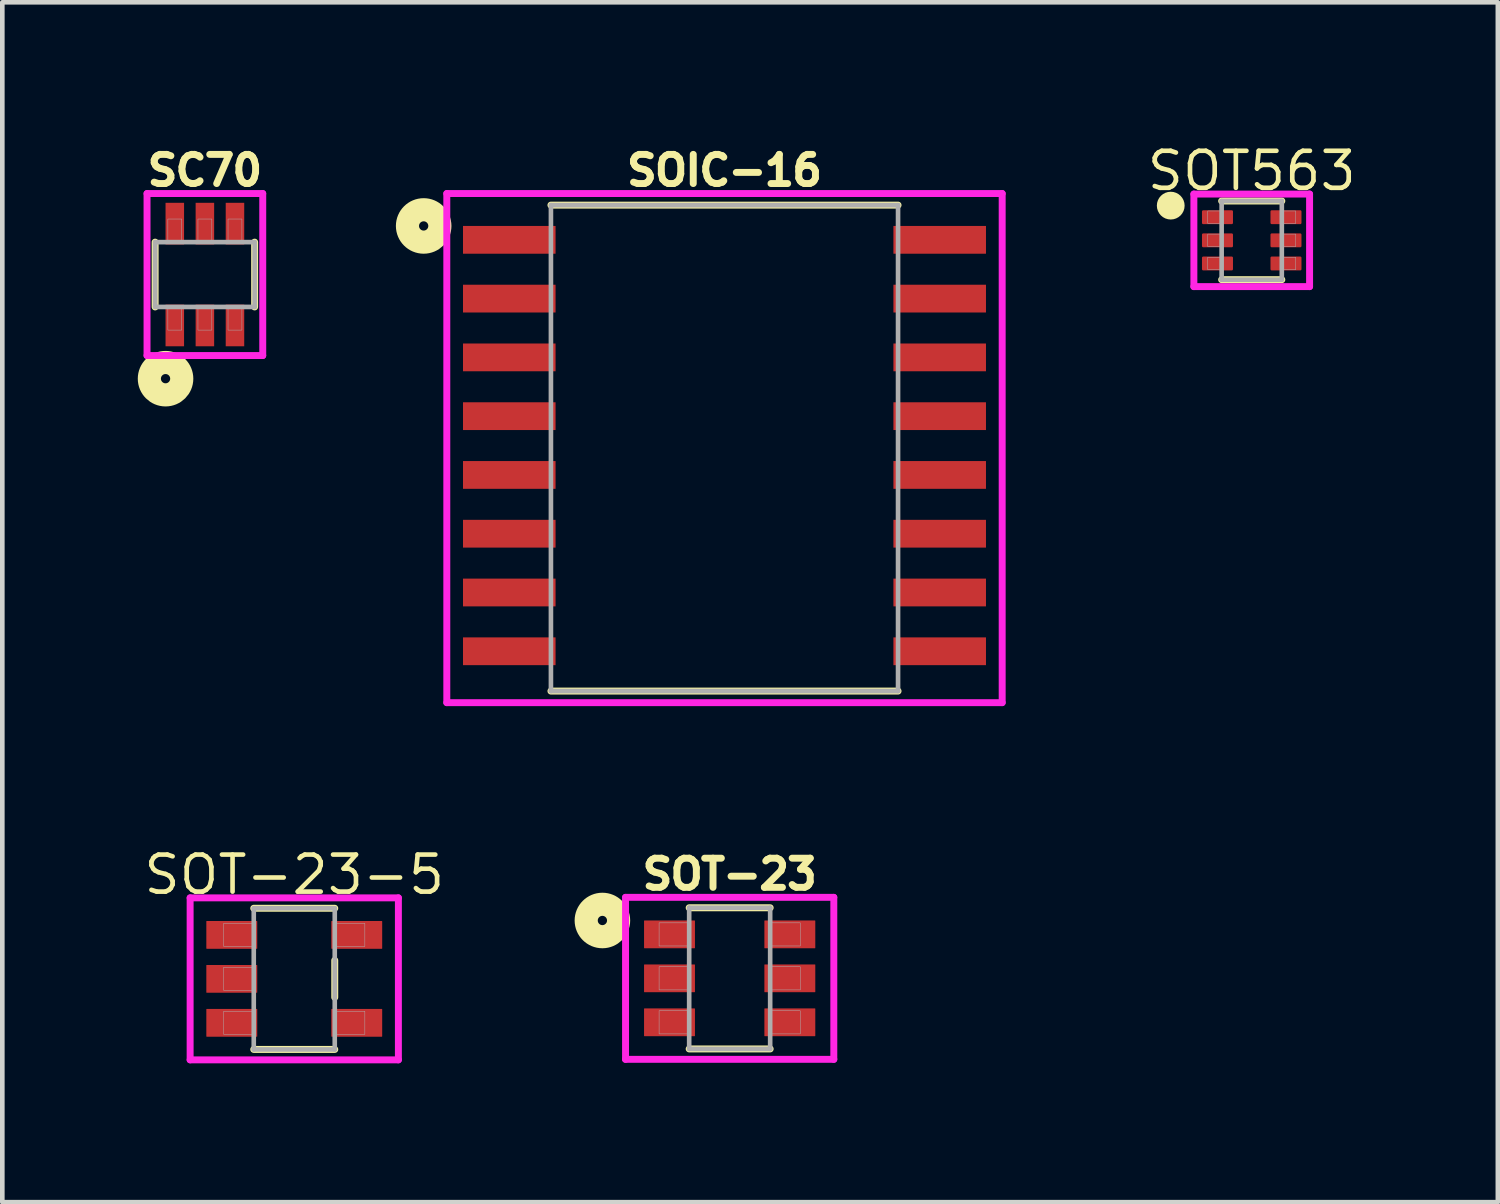
<source format=kicad_pcb>
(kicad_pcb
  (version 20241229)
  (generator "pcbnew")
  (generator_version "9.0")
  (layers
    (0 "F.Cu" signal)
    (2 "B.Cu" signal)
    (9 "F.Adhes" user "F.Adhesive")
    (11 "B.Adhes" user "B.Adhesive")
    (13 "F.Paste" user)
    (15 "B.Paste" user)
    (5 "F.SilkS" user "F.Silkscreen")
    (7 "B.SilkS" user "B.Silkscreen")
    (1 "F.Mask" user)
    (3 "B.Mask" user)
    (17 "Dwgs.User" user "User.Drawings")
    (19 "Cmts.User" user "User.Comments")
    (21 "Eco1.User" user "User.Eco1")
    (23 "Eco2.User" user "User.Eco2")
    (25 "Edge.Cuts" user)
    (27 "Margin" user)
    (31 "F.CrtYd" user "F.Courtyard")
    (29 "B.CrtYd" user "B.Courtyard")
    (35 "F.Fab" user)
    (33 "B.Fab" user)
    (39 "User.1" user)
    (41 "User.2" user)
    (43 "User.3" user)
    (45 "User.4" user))
  (footprint "SC70"
    (layer "F.Cu")
    (at 1.377 2.882)
    (property "Reference" "SC70" (at 0 -2.25 0) (layer "F.SilkS") (effects (font (size 0.63 0.63) (thickness 0.15))))
    (attr smd)
    (fp_line (start -1.075 -0.7) (end -1.075 0.7) (stroke (width 0.15) (type solid)) (layer "F.SilkS"))
    (fp_line (start 1.075 -0.7) (end 1.075 0.7) (stroke (width 0.15) (type solid)) (layer "F.SilkS"))
    (fp_circle (center -0.85 2.25) (end -0.75 2.25) (stroke (width 0.5) (type solid)) (fill no) (layer "F.SilkS"))
    (fp_line (start -1.25 -1.75) (end 1.25 -1.75) (stroke (width 0.15) (type solid)) (layer "F.CrtYd"))
    (fp_line (start -1.25 1.75) (end -1.25 -1.75) (stroke (width 0.15) (type solid)) (layer "F.CrtYd"))
    (fp_line (start 1.25 -1.75) (end 1.25 1.75) (stroke (width 0.15) (type solid)) (layer "F.CrtYd"))
    (fp_line (start 1.25 1.75) (end -1.25 1.75) (stroke (width 0.15) (type solid)) (layer "F.CrtYd"))
    (fp_line (start -1.075 -0.7) (end -1.075 0.7) (stroke (width 0.1) (type solid)) (layer "F.Fab"))
    (fp_line (start -1.075 0.7) (end 1.075 0.7) (stroke (width 0.1) (type solid)) (layer "F.Fab"))
    (fp_line (start 1.075 -0.7) (end -1.075 -0.7) (stroke (width 0.1) (type solid)) (layer "F.Fab"))
    (fp_line (start 1.075 0.7) (end 1.075 -0.7) (stroke (width 0.1) (type solid)) (layer "F.Fab"))
    (fp_poly (pts (xy -0.8 -1.2) (xy -0.5 -1.2) (xy -0.5 -0.74) (xy -0.8 -0.74)) (stroke (width 0.01) (type solid)) (fill no) (layer "F.Fab"))
    (fp_poly (pts (xy -0.8 0.74) (xy -0.5 0.74) (xy -0.5 1.2) (xy -0.8 1.2)) (stroke (width 0.01) (type solid)) (fill no) (layer "F.Fab"))
    (fp_poly (pts (xy -0.15 -1.2) (xy 0.15 -1.2) (xy 0.15 -0.74) (xy -0.15 -0.74)) (stroke (width 0.01) (type solid)) (fill no) (layer "F.Fab"))
    (fp_poly (pts (xy -0.15 0.74) (xy 0.15 0.74) (xy 0.15 1.2) (xy -0.15 1.2)) (stroke (width 0.01) (type solid)) (fill no) (layer "F.Fab"))
    (fp_poly (pts (xy 0.5 -1.2) (xy 0.8 -1.2) (xy 0.8 -0.74) (xy 0.5 -0.74)) (stroke (width 0.01) (type solid)) (fill no) (layer "F.Fab"))
    (fp_poly (pts (xy 0.5 0.74) (xy 0.8 0.74) (xy 0.8 1.2) (xy 0.5 1.2)) (stroke (width 0.01) (type solid)) (fill no) (layer "F.Fab"))
    (pad "1" smd rect (at -0.65 1.1) (size 0.4 0.9) (layers "F.Cu" "F.Mask" "F.Paste"))
    (pad "2" smd rect (at 0 1.1) (size 0.4 0.9) (layers "F.Cu" "F.Mask" "F.Paste"))
    (pad "3" smd rect (at 0.65 1.1) (size 0.4 0.9) (layers "F.Cu" "F.Mask" "F.Paste"))
    (pad "4" smd rect (at 0.65 -1.1) (size 0.4 0.9) (layers "F.Cu" "F.Mask" "F.Paste"))
    (pad "5" smd rect (at 0 -1.1) (size 0.4 0.9) (layers "F.Cu" "F.Mask" "F.Paste"))
    (pad "6" smd rect (at -0.65 -1.1) (size 0.4 0.9) (layers "F.Cu" "F.Mask" "F.Paste")))
  (footprint "SOIC-16"
    (layer "F.Cu")
    (at 12.604 6.632)
    (property "Reference" "SOIC-16" (at 0 -6 0) (layer "F.SilkS") (effects (font (size 0.63 0.63) (thickness 0.15))))
    (attr smd)
    (fp_line (start -3.75 -5.25) (end 3.75 -5.25) (stroke (width 0.15) (type solid)) (layer "F.SilkS"))
    (fp_line (start -3.75 5.25) (end 3.75 5.25) (stroke (width 0.15) (type solid)) (layer "F.SilkS"))
    (fp_circle (center -6.5 -4.8) (end -6.4 -4.8) (stroke (width 0.5) (type solid)) (fill no) (layer "F.SilkS"))
    (fp_line (start -6 -5.5) (end 6 -5.5) (stroke (width 0.15) (type solid)) (layer "F.CrtYd"))
    (fp_line (start -6 5.5) (end -6 -5.5) (stroke (width 0.15) (type solid)) (layer "F.CrtYd"))
    (fp_line (start 6 -5.5) (end 6 5.5) (stroke (width 0.15) (type solid)) (layer "F.CrtYd"))
    (fp_line (start 6 5.5) (end -6 5.5) (stroke (width 0.15) (type solid)) (layer "F.CrtYd"))
    (fp_line (start -3.75 -5.25) (end -3.75 5.25) (stroke (width 0.1) (type solid)) (layer "F.Fab"))
    (fp_line (start -3.75 5.25) (end 3.75 5.25) (stroke (width 0.1) (type solid)) (layer "F.Fab"))
    (fp_line (start 3.75 -5.25) (end -3.75 -5.25) (stroke (width 0.1) (type solid)) (layer "F.Fab"))
    (fp_line (start 3.75 5.25) (end 3.75 -5.25) (stroke (width 0.1) (type solid)) (layer "F.Fab"))
    (pad "1" smd rect (at -4.65 -4.5) (size 2 0.6) (layers "F.Cu" "F.Mask" "F.Paste"))
    (pad "2" smd rect (at -4.65 -3.23) (size 2 0.6) (layers "F.Cu" "F.Mask" "F.Paste"))
    (pad "3" smd rect (at -4.65 -1.96) (size 2 0.6) (layers "F.Cu" "F.Mask" "F.Paste"))
    (pad "4" smd rect (at -4.65 -0.69) (size 2 0.6) (layers "F.Cu" "F.Mask" "F.Paste"))
    (pad "5" smd rect (at -4.65 0.58) (size 2 0.6) (layers "F.Cu" "F.Mask" "F.Paste"))
    (pad "6" smd rect (at -4.65 1.85) (size 2 0.6) (layers "F.Cu" "F.Mask" "F.Paste"))
    (pad "7" smd rect (at -4.65 3.12) (size 2 0.6) (layers "F.Cu" "F.Mask" "F.Paste"))
    (pad "8" smd rect (at -4.65 4.39) (size 2 0.6) (layers "F.Cu" "F.Mask" "F.Paste"))
    (pad "9" smd rect (at 4.65 4.39) (size 2 0.6) (layers "F.Cu" "F.Mask" "F.Paste"))
    (pad "10" smd rect (at 4.65 3.12) (size 2 0.6) (layers "F.Cu" "F.Mask" "F.Paste"))
    (pad "11" smd rect (at 4.65 1.85) (size 2 0.6) (layers "F.Cu" "F.Mask" "F.Paste"))
    (pad "12" smd rect (at 4.65 0.58) (size 2 0.6) (layers "F.Cu" "F.Mask" "F.Paste"))
    (pad "13" smd rect (at 4.65 -0.69) (size 2 0.6) (layers "F.Cu" "F.Mask" "F.Paste"))
    (pad "14" smd rect (at 4.65 -1.96) (size 2 0.6) (layers "F.Cu" "F.Mask" "F.Paste"))
    (pad "15" smd rect (at 4.65 -3.23) (size 2 0.6) (layers "F.Cu" "F.Mask" "F.Paste"))
    (pad "16" smd rect (at 4.65 -4.5) (size 2 0.6) (layers "F.Cu" "F.Mask" "F.Paste")))
  (footprint "SOT-23"
    (layer "F.Cu")
    (at 12.716 18.089)
    (property "Reference" "SOT-23" (at 0 -2.25 0) (layer "F.SilkS") (effects (font (size 0.63 0.63) (thickness 0.15))))
    (attr smd)
    (fp_line (start -0.875 1.525) (end 0.875 1.525) (stroke (width 0.15) (type solid)) (layer "F.SilkS"))
    (fp_line (start 0.875 -1.525) (end -0.875 -1.525) (stroke (width 0.15) (type solid)) (layer "F.SilkS"))
    (fp_circle (center -2.75 -1.25) (end -2.65 -1.25) (stroke (width 0.5) (type solid)) (fill no) (layer "F.SilkS"))
    (fp_line (start -2.25 -1.75) (end 2.25 -1.75) (stroke (width 0.15) (type solid)) (layer "F.CrtYd"))
    (fp_line (start -2.25 1.75) (end -2.25 -1.75) (stroke (width 0.15) (type solid)) (layer "F.CrtYd"))
    (fp_line (start 2.25 -1.75) (end 2.25 1.75) (stroke (width 0.15) (type solid)) (layer "F.CrtYd"))
    (fp_line (start 2.25 1.75) (end -2.25 1.75) (stroke (width 0.15) (type solid)) (layer "F.CrtYd"))
    (fp_line (start -0.875 -1.525) (end -0.875 1.525) (stroke (width 0.1) (type solid)) (layer "F.Fab"))
    (fp_line (start -0.875 1.525) (end 0.875 1.525) (stroke (width 0.1) (type solid)) (layer "F.Fab"))
    (fp_line (start 0.875 -1.525) (end -0.875 -1.525) (stroke (width 0.1) (type solid)) (layer "F.Fab"))
    (fp_line (start 0.875 1.525) (end 0.875 -1.525) (stroke (width 0.1) (type solid)) (layer "F.Fab"))
    (fp_poly (pts (xy -1.525 -1.2) (xy -0.875 -1.2) (xy -0.875 -0.7) (xy -1.525 -0.7)) (stroke (width 0.01) (type solid)) (fill no) (layer "F.Fab"))
    (fp_poly (pts (xy -1.525 -0.25) (xy -0.875 -0.25) (xy -0.875 0.25) (xy -1.525 0.25)) (stroke (width 0.01) (type solid)) (fill no) (layer "F.Fab"))
    (fp_poly (pts (xy -1.525 0.7) (xy -0.875 0.7) (xy -0.875 1.2) (xy -1.525 1.2)) (stroke (width 0.01) (type solid)) (fill no) (layer "F.Fab"))
    (fp_poly (pts (xy 0.875 -1.2) (xy 1.525 -1.2) (xy 1.525 -0.7) (xy 0.875 -0.7)) (stroke (width 0.01) (type solid)) (fill no) (layer "F.Fab"))
    (fp_poly (pts (xy 0.875 -0.25) (xy 1.525 -0.25) (xy 1.525 0.25) (xy 0.875 0.25)) (stroke (width 0.01) (type solid)) (fill no) (layer "F.Fab"))
    (fp_poly (pts (xy 0.875 0.7) (xy 1.525 0.7) (xy 1.525 1.2) (xy 0.875 1.2)) (stroke (width 0.01) (type solid)) (fill no) (layer "F.Fab"))
    (pad "1" smd roundrect (at -1.3 -0.95) (size 1.1 0.6) (layers "F.Cu" "F.Mask" "F.Paste") (roundrect_rratio 0.015))
    (pad "2" smd roundrect (at -1.3 0) (size 1.1 0.6) (layers "F.Cu" "F.Mask" "F.Paste") (roundrect_rratio 0.015))
    (pad "3" smd roundrect (at -1.3 0.95) (size 1.1 0.6) (layers "F.Cu" "F.Mask" "F.Paste") (roundrect_rratio 0.015))
    (pad "4" smd roundrect (at 1.3 0.95) (size 1.1 0.6) (layers "F.Cu" "F.Mask" "F.Paste") (roundrect_rratio 0.015))
    (pad "5" smd roundrect (at 1.3 0) (size 1.1 0.6) (layers "F.Cu" "F.Mask" "F.Paste") (roundrect_rratio 0.015))
    (pad "6" smd roundrect (at 1.3 -0.95) (size 1.1 0.6) (layers "F.Cu" "F.Mask" "F.Paste") (roundrect_rratio 0.015)))
  (footprint "SOT-23-5"
    (layer "F.Cu")
    (at 3.308 18.1)
    (property "Reference" "SOT-23-5" (at 0 -2.25 0) (layer "F.SilkS") (effects (font (size 0.8 0.8) (thickness 0.1))))
    (attr smd)
    (fp_line (start -0.875 1.525) (end 0.875 1.525) (stroke (width 0.15) (type solid)) (layer "F.SilkS"))
    (fp_line (start 0.875 -1.525) (end -0.875 -1.525) (stroke (width 0.15) (type solid)) (layer "F.SilkS"))
    (fp_line (start 0.875 0.4) (end 0.875 -0.4) (stroke (width 0.15) (type solid)) (layer "F.SilkS"))
    (fp_line (start -2.25 -1.75) (end 2.25 -1.75) (stroke (width 0.15) (type solid)) (layer "F.CrtYd"))
    (fp_line (start -2.25 1.75) (end -2.25 -1.75) (stroke (width 0.15) (type solid)) (layer "F.CrtYd"))
    (fp_line (start 2.25 -1.75) (end 2.25 1.75) (stroke (width 0.15) (type solid)) (layer "F.CrtYd"))
    (fp_line (start 2.25 1.75) (end -2.25 1.75) (stroke (width 0.15) (type solid)) (layer "F.CrtYd"))
    (fp_line (start -0.875 -1.525) (end -0.875 1.525) (stroke (width 0.1) (type solid)) (layer "F.Fab"))
    (fp_line (start -0.875 1.525) (end 0.875 1.525) (stroke (width 0.1) (type solid)) (layer "F.Fab"))
    (fp_line (start 0.875 -1.525) (end -0.875 -1.525) (stroke (width 0.1) (type solid)) (layer "F.Fab"))
    (fp_line (start 0.875 1.525) (end 0.875 -1.525) (stroke (width 0.1) (type solid)) (layer "F.Fab"))
    (fp_poly (pts (xy -1.525 -1.2) (xy -0.875 -1.2) (xy -0.875 -0.7) (xy -1.525 -0.7)) (stroke (width 0.01) (type solid)) (fill no) (layer "F.Fab"))
    (fp_poly (pts (xy -1.525 -0.25) (xy -0.875 -0.25) (xy -0.875 0.25) (xy -1.525 0.25)) (stroke (width 0.01) (type solid)) (fill no) (layer "F.Fab"))
    (fp_poly (pts (xy -1.525 0.7) (xy -0.875 0.7) (xy -0.875 1.2) (xy -1.525 1.2)) (stroke (width 0.01) (type solid)) (fill no) (layer "F.Fab"))
    (fp_poly (pts (xy 0.875 -1.2) (xy 1.525 -1.2) (xy 1.525 -0.7) (xy 0.875 -0.7)) (stroke (width 0.01) (type solid)) (fill no) (layer "F.Fab"))
    (fp_poly (pts (xy 0.875 0.7) (xy 1.525 0.7) (xy 1.525 1.2) (xy 0.875 1.2)) (stroke (width 0.01) (type solid)) (fill no) (layer "F.Fab"))
    (pad "1" smd roundrect (at -1.35 -0.95) (size 1.1 0.6) (layers "F.Cu" "F.Mask" "F.Paste") (roundrect_rratio 0.015))
    (pad "2" smd roundrect (at -1.35 0) (size 1.1 0.6) (layers "F.Cu" "F.Mask" "F.Paste") (roundrect_rratio 0.015))
    (pad "3" smd roundrect (at -1.35 0.95) (size 1.1 0.6) (layers "F.Cu" "F.Mask" "F.Paste") (roundrect_rratio 0.015))
    (pad "4" smd roundrect (at 1.35 0.95) (size 1.1 0.6) (layers "F.Cu" "F.Mask" "F.Paste") (roundrect_rratio 0.015))
    (pad "5" smd roundrect (at 1.35 -0.95) (size 1.1 0.6) (layers "F.Cu" "F.Mask" "F.Paste") (roundrect_rratio 0.015)))
  (footprint "SOT563"
    (layer "F.Cu")
    (at 23.996 2.143)
    (property "Reference" "SOT563" (at 0 -1.5 0) (layer "F.SilkS") (effects (font (size 0.8 0.8) (thickness 0.1))))
    (attr smd)
    (fp_line (start -0.65 -0.85) (end 0.65 -0.85) (stroke (width 0.15) (type solid)) (layer "F.SilkS"))
    (fp_line (start -0.65 0.85) (end 0.65 0.85) (stroke (width 0.15) (type solid)) (layer "F.SilkS"))
    (fp_circle (center -1.75 -0.75) (end -1.5 -0.75) (stroke (width 0.1) (type solid)) (fill yes) (layer "F.SilkS"))
    (fp_line (start -1.25 -1) (end -1.25 1) (stroke (width 0.15) (type solid)) (layer "F.CrtYd"))
    (fp_line (start -1.25 1) (end 1.25 1) (stroke (width 0.15) (type solid)) (layer "F.CrtYd"))
    (fp_line (start 1.25 -1) (end -1.25 -1) (stroke (width 0.15) (type solid)) (layer "F.CrtYd"))
    (fp_line (start 1.25 1) (end 1.25 -1) (stroke (width 0.15) (type solid)) (layer "F.CrtYd"))
    (fp_line (start -0.65 -0.85) (end -0.65 0.85) (stroke (width 0.1) (type solid)) (layer "F.Fab"))
    (fp_line (start -0.65 0.85) (end 0.65 0.85) (stroke (width 0.1) (type solid)) (layer "F.Fab"))
    (fp_line (start 0.65 -0.85) (end -0.65 -0.85) (stroke (width 0.1) (type solid)) (layer "F.Fab"))
    (fp_line (start 0.65 0.85) (end 0.65 -0.85) (stroke (width 0.1) (type solid)) (layer "F.Fab"))
    (fp_poly (pts (xy -0.95 -0.635) (xy -0.65 -0.635) (xy -0.65 -0.365) (xy -0.95 -0.365)) (stroke (width 0.01) (type solid)) (fill no) (layer "F.Fab"))
    (fp_poly (pts (xy -0.95 -0.135) (xy -0.65 -0.135) (xy -0.65 0.135) (xy -0.95 0.135)) (stroke (width 0.01) (type solid)) (fill no) (layer "F.Fab"))
    (fp_poly (pts (xy -0.95 0.365) (xy -0.65 0.365) (xy -0.65 0.635) (xy -0.95 0.635)) (stroke (width 0.01) (type solid)) (fill no) (layer "F.Fab"))
    (fp_poly (pts (xy 0.65 -0.635) (xy 0.95 -0.635) (xy 0.95 -0.365) (xy 0.65 -0.365)) (stroke (width 0.01) (type solid)) (fill no) (layer "F.Fab"))
    (fp_poly (pts (xy 0.65 -0.135) (xy 0.95 -0.135) (xy 0.95 0.135) (xy 0.65 0.135)) (stroke (width 0.01) (type solid)) (fill no) (layer "F.Fab"))
    (fp_poly (pts (xy 0.65 0.365) (xy 0.95 0.365) (xy 0.95 0.635) (xy 0.65 0.635)) (stroke (width 0.01) (type solid)) (fill no) (layer "F.Fab"))
    (pad "1" smd roundrect (at -0.74 -0.5) (size 0.67 0.3) (layers "F.Cu" "F.Mask" "F.Paste") (roundrect_rratio 0.09))
    (pad "2" smd roundrect (at -0.74 0) (size 0.67 0.3) (layers "F.Cu" "F.Mask" "F.Paste") (roundrect_rratio 0.09))
    (pad "3" smd roundrect (at -0.74 0.5) (size 0.67 0.3) (layers "F.Cu" "F.Mask" "F.Paste") (roundrect_rratio 0.09))
    (pad "4" smd roundrect (at 0.74 0.5) (size 0.67 0.3) (layers "F.Cu" "F.Mask" "F.Paste") (roundrect_rratio 0.09))
    (pad "5" smd roundrect (at 0.74 0) (size 0.67 0.3) (layers "F.Cu" "F.Mask" "F.Paste") (roundrect_rratio 0.09))
    (pad "6" smd roundrect (at 0.74 -0.5) (size 0.67 0.3) (layers "F.Cu" "F.Mask" "F.Paste") (roundrect_rratio 0.09)))
  (gr_rect
    (start -3 -3)
    (end 29.314 22.925)
    (stroke (width 0.1) (type default))
    (fill no)
    (layer "Edge.Cuts")))
</source>
